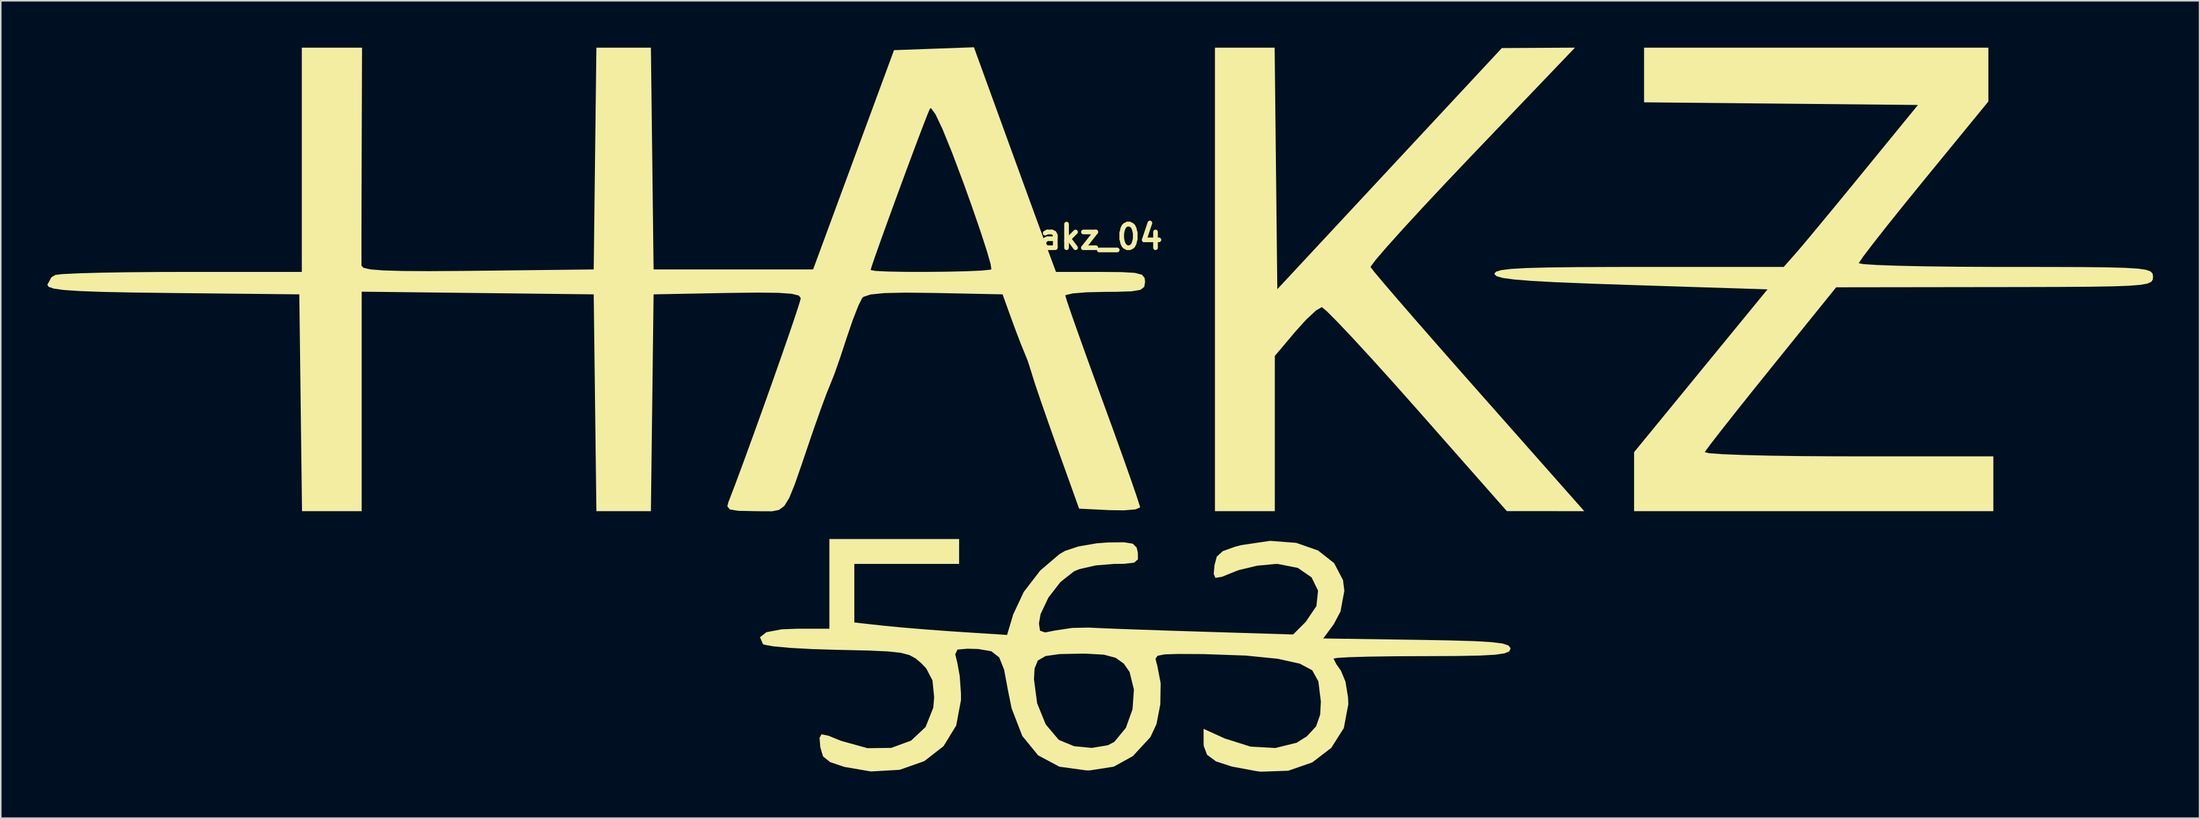
<source format=kicad_pcb>
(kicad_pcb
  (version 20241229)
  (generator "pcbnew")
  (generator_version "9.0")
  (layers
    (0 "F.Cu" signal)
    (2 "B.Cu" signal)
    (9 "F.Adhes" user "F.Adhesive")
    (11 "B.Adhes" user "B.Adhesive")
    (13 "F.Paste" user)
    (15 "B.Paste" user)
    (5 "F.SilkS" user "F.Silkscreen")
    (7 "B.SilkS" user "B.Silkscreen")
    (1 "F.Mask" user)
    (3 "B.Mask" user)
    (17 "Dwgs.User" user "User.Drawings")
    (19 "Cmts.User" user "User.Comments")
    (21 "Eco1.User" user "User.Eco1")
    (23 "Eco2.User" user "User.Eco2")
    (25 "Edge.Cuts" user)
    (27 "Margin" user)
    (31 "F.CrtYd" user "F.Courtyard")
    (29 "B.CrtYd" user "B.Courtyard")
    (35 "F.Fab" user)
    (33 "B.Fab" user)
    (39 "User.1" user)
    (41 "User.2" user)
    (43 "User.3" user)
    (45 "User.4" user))
  (footprint "hakz_04"
    (layer "F.Cu")
    (at 67.197 12.242)
    (property "Reference" "hakz_04" (at 0 0 0) (layer "F.SilkS") (effects (font (size 1.524 1.524) (thickness 0.3))))
    (attr board_only exclude_from_pos_files exclude_from_bom)
    (fp_poly (pts (xy 11.971 -4.426) (xy 12.057 3.365) (xy 19.291 -4.414) (xy 26.525 -12.192) (xy 28.881 -12.205) (xy 31.237 -12.218) (xy 24.603 -5.278) (xy 22.939 -3.524) (xy 21.433 -1.914) (xy 20.141 -0.509) (xy 19.117 0.633) (xy 18.413 1.452) (xy 18.084 1.889) (xy 18.068 1.94) (xy 18.297 2.24) (xy 18.902 2.962) (xy 19.831 4.045) (xy 21.033 5.431) (xy 22.456 7.059) (xy 24.048 8.871) (xy 25.001 9.95) (xy 31.835 17.684) (xy 29.341 17.683) (xy 26.847 17.682) (xy 21.059 11.113) (xy 19.524 9.383) (xy 18.116 7.822) (xy 16.893 6.493) (xy 15.915 5.459) (xy 15.24 4.781) (xy 14.925 4.523) (xy 14.921 4.523) (xy 14.546 4.741) (xy 13.915 5.331) (xy 13.233 6.086) (xy 11.896 7.671) (xy 11.896 17.684) (xy 8.038 17.684) (xy 8.038 -12.218) (xy 11.885 -12.218)) (stroke (width 0) (type solid)) (fill yes) (layer "F.SilkS"))
    (fp_poly (pts (xy 57.873 -8.744) (xy 53.705 -3.648) (xy 52.448 -2.101) (xy 51.341 -0.719) (xy 50.447 0.42) (xy 49.825 1.237) (xy 49.538 1.656) (xy 49.525 1.688) (xy 49.831 1.749) (xy 50.7 1.804) (xy 52.054 1.852) (xy 53.814 1.89) (xy 55.9 1.916) (xy 58.233 1.928) (xy 58.999 1.929) (xy 61.714 1.93) (xy 63.855 1.937) (xy 65.489 1.955) (xy 66.685 1.987) (xy 67.511 2.038) (xy 68.036 2.114) (xy 68.327 2.219) (xy 68.453 2.357) (xy 68.483 2.533) (xy 68.484 2.572) (xy 68.465 2.75) (xy 68.367 2.892) (xy 68.122 3.002) (xy 67.666 3.084) (xy 66.932 3.143) (xy 65.854 3.182) (xy 64.367 3.206) (xy 62.405 3.219) (xy 59.901 3.226) (xy 58.275 3.228) (xy 48.067 3.242) (xy 43.887 8.425) (xy 42.627 9.993) (xy 41.509 11.398) (xy 40.594 12.559) (xy 39.945 13.399) (xy 39.623 13.838) (xy 39.6 13.877) (xy 39.881 13.946) (xy 40.725 14.008) (xy 42.056 14.061) (xy 43.793 14.104) (xy 45.86 14.133) (xy 48.176 14.146) (xy 48.844 14.147) (xy 58.195 14.147) (xy 58.195 17.684) (xy 35.046 17.684) (xy 35.046 13.879) (xy 43.642 3.376) (xy 34.842 3.094) (xy 32.155 3.003) (xy 30.048 2.917) (xy 28.459 2.831) (xy 27.327 2.74) (xy 26.589 2.64) (xy 26.182 2.524) (xy 26.044 2.388) (xy 26.043 2.371) (xy 26.14 2.24) (xy 26.472 2.137) (xy 27.102 2.058) (xy 28.092 2.001) (xy 29.506 1.963) (xy 31.404 1.94) (xy 33.851 1.93) (xy 35.365 1.929) (xy 44.686 1.929) (xy 45.468 1.045) (xy 45.929 0.505) (xy 46.71 -0.431) (xy 47.726 -1.659) (xy 48.891 -3.077) (xy 49.793 -4.18) (xy 53.337 -8.52) (xy 44.513 -8.606) (xy 35.689 -8.691) (xy 35.689 -12.218) (xy 57.873 -12.218)) (stroke (width 0) (type solid)) (fill yes) (layer "F.SilkS"))
    (fp_poly (pts (xy -5.474 -6.684) (xy -4.78 -4.774) (xy -4.116 -2.948) (xy -3.53 -1.342) (xy -3.073 -0.094) (xy -2.831 0.563) (xy -2.204 2.251) (xy 0.666 2.251) (xy 2.034 2.262) (xy 2.883 2.313) (xy 3.334 2.431) (xy 3.51 2.645) (xy 3.537 2.894) (xy 3.483 3.214) (xy 3.236 3.406) (xy 2.665 3.502) (xy 1.643 3.534) (xy 0.965 3.537) (xy -0.229 3.564) (xy -1.127 3.638) (xy -1.578 3.744) (xy -1.603 3.778) (xy -1.496 4.138) (xy -1.198 5.011) (xy -0.742 6.305) (xy -0.16 7.93) (xy 0.517 9.796) (xy 0.808 10.594) (xy 1.514 12.532) (xy 2.137 14.27) (xy 2.647 15.715) (xy 3.011 16.775) (xy 3.198 17.361) (xy 3.215 17.441) (xy 2.924 17.57) (xy 2.164 17.632) (xy 1.25 17.619) (xy -0.714 17.523) (xy -2.154 13.504) (xy -2.704 11.952) (xy -3.183 10.575) (xy -3.544 9.509) (xy -3.74 8.89) (xy -3.752 8.842) (xy -4.025 7.987) (xy -4.199 7.556) (xy -4.473 6.884) (xy -4.852 5.89) (xy -5.066 5.305) (xy -5.646 3.697) (xy -10.01 3.608) (xy -11.927 3.587) (xy -13.279 3.617) (xy -14.146 3.705) (xy -14.606 3.855) (xy -14.69 3.93) (xy -14.938 4.426) (xy -15.297 5.347) (xy -15.691 6.499) (xy -15.721 6.591) (xy -16.117 7.796) (xy -16.48 8.828) (xy -16.733 9.469) (xy -16.74 9.485) (xy -16.979 10.073) (xy -17.355 11.088) (xy -17.8 12.348) (xy -17.977 12.861) (xy -18.59 14.67) (xy -19.04 15.964) (xy -19.391 16.827) (xy -19.708 17.346) (xy -20.056 17.606) (xy -20.498 17.692) (xy -21.099 17.691) (xy -21.608 17.684) (xy -22.672 17.663) (xy -23.221 17.573) (xy -23.38 17.373) (xy -23.319 17.121) (xy -22.889 15.999) (xy -22.351 14.549) (xy -21.742 12.877) (xy -21.099 11.09) (xy -20.46 9.296) (xy -19.864 7.599) (xy -19.347 6.108) (xy -18.949 4.929) (xy -18.706 4.168) (xy -18.648 3.938) (xy -18.782 3.772) (xy -19.237 3.661) (xy -20.092 3.6) (xy -21.428 3.584) (xy -23.324 3.607) (xy -23.391 3.608) (xy -28.133 3.697) (xy -28.306 17.684) (xy -31.818 17.684) (xy -31.991 3.697) (xy -39.466 3.611) (xy -46.942 3.525) (xy -46.942 17.684) (xy -50.787 17.684) (xy -50.961 3.697) (xy -59.079 3.612) (xy -61.64 3.579) (xy -63.623 3.539) (xy -65.096 3.486) (xy -66.123 3.418) (xy -66.772 3.329) (xy -67.108 3.215) (xy -67.197 3.083) (xy -66.937 2.598) (xy -66.689 2.446) (xy -66.235 2.391) (xy -65.233 2.342) (xy -63.781 2.301) (xy -61.973 2.271) (xy -59.906 2.254) (xy -58.49 2.251) (xy -50.8 2.251) (xy -50.8 -12.218) (xy -46.919 -12.218) (xy -46.942 -5.385) (xy -46.948 -3.336) (xy -46.953 -1.494) (xy -46.956 0.04) (xy -46.956 1.166) (xy -46.954 1.782) (xy -46.953 1.855) (xy -46.817 1.989) (xy -46.375 2.087) (xy -45.563 2.153) (xy -44.318 2.19) (xy -42.576 2.2) (xy -40.275 2.185) (xy -39.466 2.176) (xy -35.339 2.129) (xy -14.147 2.129) (xy -13.851 2.186) (xy -13.062 2.225) (xy -11.933 2.246) (xy -10.614 2.249) (xy -9.255 2.236) (xy -8.007 2.208) (xy -7.021 2.165) (xy -6.449 2.108) (xy -6.368 2.081) (xy -6.418 1.739) (xy -6.66 0.895) (xy -7.064 -0.352) (xy -7.596 -1.901) (xy -8.136 -3.41) (xy -8.9 -5.447) (xy -9.515 -6.96) (xy -9.97 -7.923) (xy -10.254 -8.31) (xy -10.323 -8.287) (xy -10.497 -7.876) (xy -10.837 -7) (xy -11.298 -5.779) (xy -11.835 -4.337) (xy -12.403 -2.795) (xy -12.957 -1.276) (xy -13.453 0.098) (xy -13.845 1.204) (xy -14.089 1.921) (xy -14.147 2.129) (xy -35.339 2.129) (xy -31.991 2.09) (xy -31.905 -5.064) (xy -31.818 -12.218) (xy -28.306 -12.218) (xy -28.219 -5.064) (xy -28.133 2.09) (xy -17.854 2.09) (xy -15.248 -4.984) (xy -12.641 -12.057) (xy -10.066 -12.15) (xy -7.491 -12.242)) (stroke (width 0) (type solid)) (fill yes) (layer "F.SilkS"))
    (fp_poly (pts (xy -8.446 21.089) (xy -15.198 21.089) (xy -15.198 24.867) (xy -13.349 25.071) (xy -12.162 25.186) (xy -10.61 25.315) (xy -8.967 25.436) (xy -8.429 25.472) (xy -5.357 25.67) (xy -4.958 24.339) (xy -4.28 22.893) (xy -3.222 21.517) (xy -1.983 20.458) (xy -1.625 20.249) (xy -0.764 19.962) (xy 0.412 19.759) (xy 1.141 19.703) (xy 2.183 19.692) (xy 2.746 19.784) (xy 2.994 20.035) (xy 3.071 20.365) (xy 3.076 20.791) (xy 2.835 21.006) (xy 2.196 21.081) (xy 1.527 21.089) (xy 0.363 21.183) (xy -0.688 21.422) (xy -1.036 21.563) (xy -1.916 22.255) (xy -2.692 23.259) (xy -3.198 24.327) (xy -3.302 24.93) (xy -3.233 25.396) (xy -2.904 25.509) (xy -2.257 25.381) (xy -1.156 25.217) (xy -0.087 25.195) (xy 0.591 25.229) (xy 1.786 25.277) (xy 3.372 25.334) (xy 5.223 25.397) (xy 7.056 25.455) (xy 13.074 25.641) (xy 13.889 24.826) (xy 14.576 23.806) (xy 14.682 22.813) (xy 14.264 21.956) (xy 13.38 21.345) (xy 12.085 21.09) (xy 11.96 21.089) (xy 10.75 21.203) (xy 9.579 21.485) (xy 9.349 21.571) (xy 8.481 21.921) (xy 8.066 21.988) (xy 7.96 21.728) (xy 8.01 21.169) (xy 8.156 20.617) (xy 8.547 20.261) (xy 9.35 19.974) (xy 9.72 19.876) (xy 11.591 19.6) (xy 13.275 19.729) (xy 14.682 20.222) (xy 15.718 21.037) (xy 16.291 22.135) (xy 16.375 22.826) (xy 16.13 24.152) (xy 15.696 24.978) (xy 15.016 25.897) (xy 21.049 25.985) (xy 23.193 26.023) (xy 24.775 26.07) (xy 25.874 26.135) (xy 26.571 26.224) (xy 26.945 26.346) (xy 27.077 26.507) (xy 27.082 26.555) (xy 27 26.73) (xy 26.699 26.858) (xy 26.097 26.946) (xy 25.11 27) (xy 23.655 27.028) (xy 21.65 27.037) (xy 21.375 27.037) (xy 19.541 27.046) (xy 17.952 27.069) (xy 16.712 27.105) (xy 15.921 27.151) (xy 15.678 27.198) (xy 15.858 27.549) (xy 16.16 27.983) (xy 16.45 28.684) (xy 16.616 29.711) (xy 16.632 30.142) (xy 16.342 31.678) (xy 15.535 32.952) (xy 14.31 33.893) (xy 12.764 34.43) (xy 10.995 34.492) (xy 10.698 34.453) (xy 9.126 34.16) (xy 8.102 33.826) (xy 7.53 33.4) (xy 7.317 32.834) (xy 7.308 32.654) (xy 7.308 31.73) (xy 8.675 32.351) (xy 10.332 32.874) (xy 11.929 32.964) (xy 13.303 32.625) (xy 13.962 32.209) (xy 14.558 31.564) (xy 14.818 30.812) (xy 14.864 29.97) (xy 14.702 28.667) (xy 14.308 27.95) (xy 13.508 27.522) (xy 12.076 27.206) (xy 10.014 27) (xy 7.323 26.906) (xy 7.046 26.903) (xy 5.649 26.896) (xy 4.785 26.924) (xy 4.342 27.015) (xy 4.21 27.198) (xy 4.277 27.501) (xy 4.313 27.6) (xy 4.54 28.78) (xy 4.518 30.147) (xy 4.271 31.423) (xy 3.879 32.263) (xy 2.75 33.486) (xy 1.517 34.168) (xy -0.005 34.406) (xy -0.247 34.409) (xy -1.988 34.169) (xy -3.357 33.436) (xy -4.375 32.188) (xy -5.064 30.403) (xy -5.306 29.205) (xy -5.432 28.528) (xy -3.623 28.528) (xy -3.419 30.078) (xy -2.866 31.441) (xy -2.05 32.408) (xy -1.978 32.461) (xy -1.036 32.847) (xy 0.104 32.958) (xy 1.141 32.786) (xy 1.549 32.573) (xy 2.297 31.666) (xy 2.728 30.466) (xy 2.817 29.191) (xy 2.537 28.057) (xy 2.164 27.519) (xy 1.635 27.142) (xy 0.884 26.943) (xy -0.281 26.877) (xy -0.543 26.876) (xy -1.971 26.904) (xy -2.876 27.031) (xy -3.374 27.319) (xy -3.583 27.832) (xy -3.623 28.528) (xy -5.432 28.528) (xy -5.547 27.908) (xy -5.861 27.122) (xy -6.373 26.721) (xy -7.211 26.577) (xy -7.918 26.559) (xy -8.553 26.614) (xy -8.696 26.919) (xy -8.568 27.439) (xy -8.408 28.309) (xy -8.327 29.444) (xy -8.325 29.872) (xy -8.635 31.516) (xy -9.449 32.844) (xy -10.688 33.811) (xy -12.274 34.37) (xy -14.128 34.477) (xy -15.841 34.183) (xy -16.758 33.874) (xy -17.214 33.506) (xy -17.386 32.933) (xy -17.39 32.905) (xy -17.44 32.309) (xy -17.312 32.08) (xy -16.863 32.173) (xy -16.051 32.503) (xy -14.351 32.975) (xy -12.817 32.956) (xy -11.539 32.486) (xy -10.607 31.609) (xy -10.111 30.365) (xy -10.054 29.69) (xy -10.162 28.603) (xy -10.564 27.831) (xy -10.883 27.495) (xy -11.247 27.186) (xy -11.647 26.968) (xy -12.203 26.823) (xy -13.031 26.733) (xy -14.251 26.677) (xy -15.98 26.637) (xy -16.255 26.632) (xy -17.911 26.583) (xy -19.34 26.504) (xy -20.416 26.405) (xy -21.016 26.296) (xy -21.089 26.258) (xy -21.276 25.815) (xy -20.863 25.493) (xy -19.887 25.308) (xy -18.876 25.269) (xy -16.806 25.269) (xy -16.806 19.481) (xy -8.446 19.481)) (stroke (width 0) (type solid)) (fill yes) (layer "F.SilkS")))
  (gr_rect
    (start -3 -3)
    (end 138.681 49.734)
    (stroke (width 0.1) (type default))
    (fill no)
    (layer "Edge.Cuts")))
</source>
